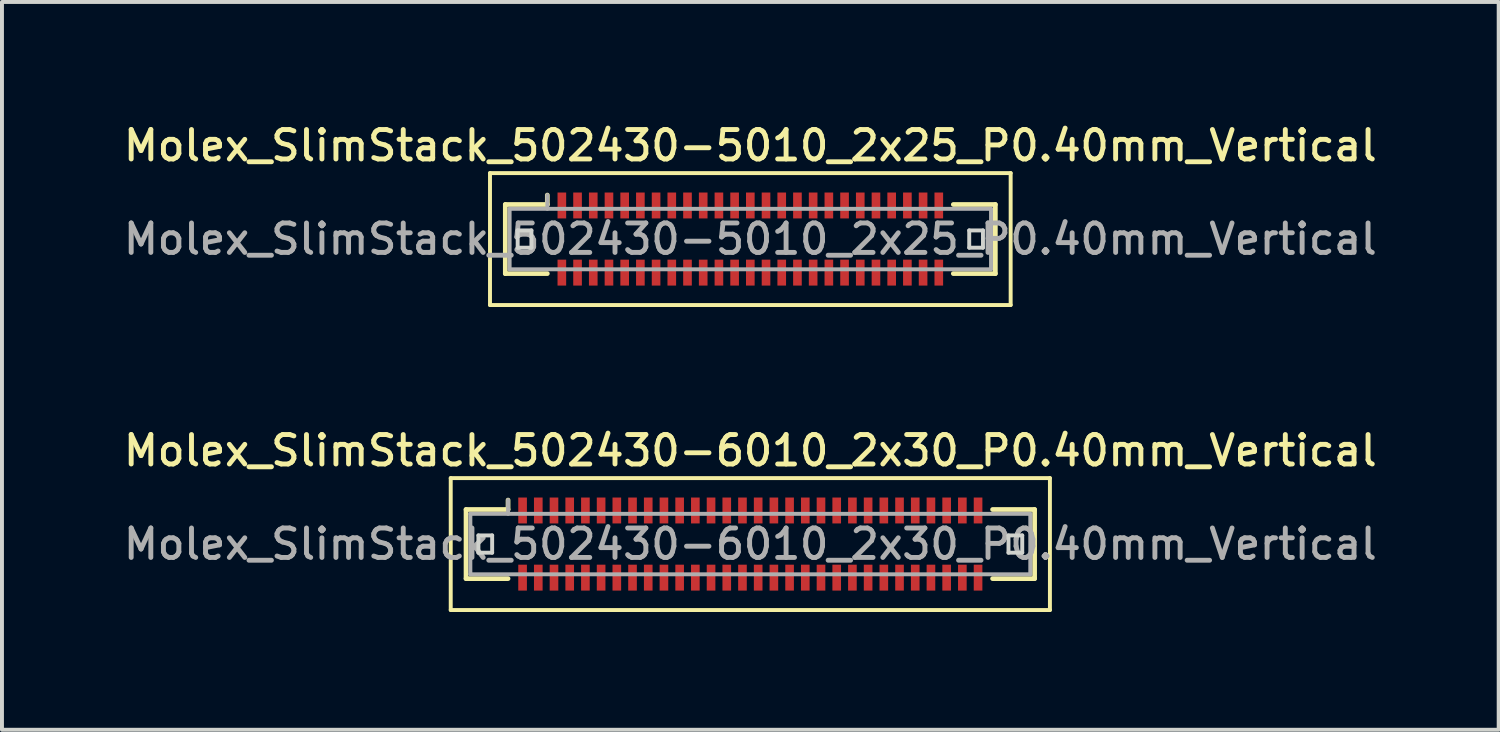
<source format=kicad_pcb>
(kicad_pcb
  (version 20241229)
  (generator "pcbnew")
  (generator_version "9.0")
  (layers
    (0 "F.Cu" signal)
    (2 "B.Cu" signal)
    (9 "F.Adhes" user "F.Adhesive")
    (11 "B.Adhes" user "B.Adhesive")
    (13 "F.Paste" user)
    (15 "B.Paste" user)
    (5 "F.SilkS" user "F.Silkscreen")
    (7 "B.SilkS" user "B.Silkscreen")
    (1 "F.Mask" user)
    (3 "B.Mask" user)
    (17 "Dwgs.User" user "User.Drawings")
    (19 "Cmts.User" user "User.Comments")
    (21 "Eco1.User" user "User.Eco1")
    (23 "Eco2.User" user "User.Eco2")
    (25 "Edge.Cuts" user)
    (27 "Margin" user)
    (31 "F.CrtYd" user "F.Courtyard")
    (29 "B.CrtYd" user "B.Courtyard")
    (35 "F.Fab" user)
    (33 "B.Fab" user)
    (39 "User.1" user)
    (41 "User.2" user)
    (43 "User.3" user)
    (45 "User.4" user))
  (footprint "Molex_SlimStack_502430-6010_2x30_P0.40mm_Vertical"
    (layer "F.Cu")
    (at 16.059 10.806)
    (property "Reference" "Molex_SlimStack_502430-6010_2x30_P0.40mm_Vertical" (at 0 -2.38 0) (layer "F.SilkS") (effects (font (size 0.75 0.75) (thickness 0.125))))
    (attr smd)
    (fp_line (start -7.63 -1.68) (end -7.63 1.68) (stroke (width 0.1) (type solid)) (layer "F.SilkS"))
    (fp_line (start -7.63 1.68) (end 7.63 1.68) (stroke (width 0.1) (type solid)) (layer "F.SilkS"))
    (fp_line (start -7.24 -0.88) (end -6.17 -0.88) (stroke (width 0.12) (type solid)) (layer "F.SilkS"))
    (fp_line (start -7.24 0.88) (end -7.24 -0.88) (stroke (width 0.12) (type solid)) (layer "F.SilkS"))
    (fp_line (start -6.17 -0.88) (end -6.17 -1.12) (stroke (width 0.12) (type solid)) (layer "F.SilkS"))
    (fp_line (start -6.17 0.88) (end -7.24 0.88) (stroke (width 0.12) (type solid)) (layer "F.SilkS"))
    (fp_line (start 6.17 0.88) (end 7.24 0.88) (stroke (width 0.12) (type solid)) (layer "F.SilkS"))
    (fp_line (start 7.24 -0.88) (end 6.17 -0.88) (stroke (width 0.12) (type solid)) (layer "F.SilkS"))
    (fp_line (start 7.24 0.88) (end 7.24 -0.88) (stroke (width 0.12) (type solid)) (layer "F.SilkS"))
    (fp_line (start 7.63 -1.68) (end -7.63 -1.68) (stroke (width 0.1) (type solid)) (layer "F.SilkS"))
    (fp_line (start 7.63 1.68) (end 7.63 -1.68) (stroke (width 0.1) (type solid)) (layer "F.SilkS"))
    (fp_line (start -6.925 -0.22) (end -6.925 0.22) (stroke (width 0.1) (type solid)) (layer "Edge.Cuts"))
    (fp_line (start -6.925 0.22) (end -6.575 0.22) (stroke (width 0.1) (type solid)) (layer "Edge.Cuts"))
    (fp_line (start -6.575 -0.22) (end -6.925 -0.22) (stroke (width 0.1) (type solid)) (layer "Edge.Cuts"))
    (fp_line (start -6.575 0.22) (end -6.575 -0.22) (stroke (width 0.1) (type solid)) (layer "Edge.Cuts"))
    (fp_line (start 6.575 -0.22) (end 6.575 0.22) (stroke (width 0.1) (type solid)) (layer "Edge.Cuts"))
    (fp_line (start 6.575 0.22) (end 6.925 0.22) (stroke (width 0.1) (type solid)) (layer "Edge.Cuts"))
    (fp_line (start 6.925 -0.22) (end 6.575 -0.22) (stroke (width 0.1) (type solid)) (layer "Edge.Cuts"))
    (fp_line (start 6.925 0.22) (end 6.925 -0.22) (stroke (width 0.1) (type solid)) (layer "Edge.Cuts"))
    (fp_line (start -7.13 -0.77) (end -7.13 0.77) (stroke (width 0.1) (type solid)) (layer "F.Fab"))
    (fp_line (start -7.13 0.77) (end 7.13 0.77) (stroke (width 0.1) (type solid)) (layer "F.Fab"))
    (fp_line (start -6.17 -0.77) (end -6.17 -1.12) (stroke (width 0.1) (type solid)) (layer "F.Fab"))
    (fp_line (start 7.13 -0.77) (end -7.13 -0.77) (stroke (width 0.1) (type solid)) (layer "F.Fab"))
    (fp_line (start 7.13 0.77) (end 7.13 -0.77) (stroke (width 0.1) (type solid)) (layer "F.Fab"))
    (fp_text user "${REFERENCE}" (at 0 0 0) (layer "F.Fab") (effects (font (size 0.75 0.75) (thickness 0.125))))
    (pad "1" smd rect (at -5.8 -0.855) (size 0.22 0.66) (layers "F.Cu" "F.Mask" "F.Paste"))
    (pad "2" smd rect (at -5.8 0.855) (size 0.22 0.66) (layers "F.Cu" "F.Mask" "F.Paste"))
    (pad "3" smd rect (at -5.4 -0.855) (size 0.22 0.66) (layers "F.Cu" "F.Mask" "F.Paste"))
    (pad "4" smd rect (at -5.4 0.855) (size 0.22 0.66) (layers "F.Cu" "F.Mask" "F.Paste"))
    (pad "5" smd rect (at -5 -0.855) (size 0.22 0.66) (layers "F.Cu" "F.Mask" "F.Paste"))
    (pad "6" smd rect (at -5 0.855) (size 0.22 0.66) (layers "F.Cu" "F.Mask" "F.Paste"))
    (pad "7" smd rect (at -4.6 -0.855) (size 0.22 0.66) (layers "F.Cu" "F.Mask" "F.Paste"))
    (pad "8" smd rect (at -4.6 0.855) (size 0.22 0.66) (layers "F.Cu" "F.Mask" "F.Paste"))
    (pad "9" smd rect (at -4.2 -0.855) (size 0.22 0.66) (layers "F.Cu" "F.Mask" "F.Paste"))
    (pad "10" smd rect (at -4.2 0.855) (size 0.22 0.66) (layers "F.Cu" "F.Mask" "F.Paste"))
    (pad "11" smd rect (at -3.8 -0.855) (size 0.22 0.66) (layers "F.Cu" "F.Mask" "F.Paste"))
    (pad "12" smd rect (at -3.8 0.855) (size 0.22 0.66) (layers "F.Cu" "F.Mask" "F.Paste"))
    (pad "13" smd rect (at -3.4 -0.855) (size 0.22 0.66) (layers "F.Cu" "F.Mask" "F.Paste"))
    (pad "14" smd rect (at -3.4 0.855) (size 0.22 0.66) (layers "F.Cu" "F.Mask" "F.Paste"))
    (pad "15" smd rect (at -3 -0.855) (size 0.22 0.66) (layers "F.Cu" "F.Mask" "F.Paste"))
    (pad "16" smd rect (at -3 0.855) (size 0.22 0.66) (layers "F.Cu" "F.Mask" "F.Paste"))
    (pad "17" smd rect (at -2.6 -0.855) (size 0.22 0.66) (layers "F.Cu" "F.Mask" "F.Paste"))
    (pad "18" smd rect (at -2.6 0.855) (size 0.22 0.66) (layers "F.Cu" "F.Mask" "F.Paste"))
    (pad "19" smd rect (at -2.2 -0.855) (size 0.22 0.66) (layers "F.Cu" "F.Mask" "F.Paste"))
    (pad "20" smd rect (at -2.2 0.855) (size 0.22 0.66) (layers "F.Cu" "F.Mask" "F.Paste"))
    (pad "21" smd rect (at -1.8 -0.855) (size 0.22 0.66) (layers "F.Cu" "F.Mask" "F.Paste"))
    (pad "22" smd rect (at -1.8 0.855) (size 0.22 0.66) (layers "F.Cu" "F.Mask" "F.Paste"))
    (pad "23" smd rect (at -1.4 -0.855) (size 0.22 0.66) (layers "F.Cu" "F.Mask" "F.Paste"))
    (pad "24" smd rect (at -1.4 0.855) (size 0.22 0.66) (layers "F.Cu" "F.Mask" "F.Paste"))
    (pad "25" smd rect (at -1 -0.855) (size 0.22 0.66) (layers "F.Cu" "F.Mask" "F.Paste"))
    (pad "26" smd rect (at -1 0.855) (size 0.22 0.66) (layers "F.Cu" "F.Mask" "F.Paste"))
    (pad "27" smd rect (at -0.6 -0.855) (size 0.22 0.66) (layers "F.Cu" "F.Mask" "F.Paste"))
    (pad "28" smd rect (at -0.6 0.855) (size 0.22 0.66) (layers "F.Cu" "F.Mask" "F.Paste"))
    (pad "29" smd rect (at -0.2 -0.855) (size 0.22 0.66) (layers "F.Cu" "F.Mask" "F.Paste"))
    (pad "30" smd rect (at -0.2 0.855) (size 0.22 0.66) (layers "F.Cu" "F.Mask" "F.Paste"))
    (pad "31" smd rect (at 0.2 -0.855) (size 0.22 0.66) (layers "F.Cu" "F.Mask" "F.Paste"))
    (pad "32" smd rect (at 0.2 0.855) (size 0.22 0.66) (layers "F.Cu" "F.Mask" "F.Paste"))
    (pad "33" smd rect (at 0.6 -0.855) (size 0.22 0.66) (layers "F.Cu" "F.Mask" "F.Paste"))
    (pad "34" smd rect (at 0.6 0.855) (size 0.22 0.66) (layers "F.Cu" "F.Mask" "F.Paste"))
    (pad "35" smd rect (at 1 -0.855) (size 0.22 0.66) (layers "F.Cu" "F.Mask" "F.Paste"))
    (pad "36" smd rect (at 1 0.855) (size 0.22 0.66) (layers "F.Cu" "F.Mask" "F.Paste"))
    (pad "37" smd rect (at 1.4 -0.855) (size 0.22 0.66) (layers "F.Cu" "F.Mask" "F.Paste"))
    (pad "38" smd rect (at 1.4 0.855) (size 0.22 0.66) (layers "F.Cu" "F.Mask" "F.Paste"))
    (pad "39" smd rect (at 1.8 -0.855) (size 0.22 0.66) (layers "F.Cu" "F.Mask" "F.Paste"))
    (pad "40" smd rect (at 1.8 0.855) (size 0.22 0.66) (layers "F.Cu" "F.Mask" "F.Paste"))
    (pad "41" smd rect (at 2.2 -0.855) (size 0.22 0.66) (layers "F.Cu" "F.Mask" "F.Paste"))
    (pad "42" smd rect (at 2.2 0.855) (size 0.22 0.66) (layers "F.Cu" "F.Mask" "F.Paste"))
    (pad "43" smd rect (at 2.6 -0.855) (size 0.22 0.66) (layers "F.Cu" "F.Mask" "F.Paste"))
    (pad "44" smd rect (at 2.6 0.855) (size 0.22 0.66) (layers "F.Cu" "F.Mask" "F.Paste"))
    (pad "45" smd rect (at 3 -0.855) (size 0.22 0.66) (layers "F.Cu" "F.Mask" "F.Paste"))
    (pad "46" smd rect (at 3 0.855) (size 0.22 0.66) (layers "F.Cu" "F.Mask" "F.Paste"))
    (pad "47" smd rect (at 3.4 -0.855) (size 0.22 0.66) (layers "F.Cu" "F.Mask" "F.Paste"))
    (pad "48" smd rect (at 3.4 0.855) (size 0.22 0.66) (layers "F.Cu" "F.Mask" "F.Paste"))
    (pad "49" smd rect (at 3.8 -0.855) (size 0.22 0.66) (layers "F.Cu" "F.Mask" "F.Paste"))
    (pad "50" smd rect (at 3.8 0.855) (size 0.22 0.66) (layers "F.Cu" "F.Mask" "F.Paste"))
    (pad "51" smd rect (at 4.2 -0.855) (size 0.22 0.66) (layers "F.Cu" "F.Mask" "F.Paste"))
    (pad "52" smd rect (at 4.2 0.855) (size 0.22 0.66) (layers "F.Cu" "F.Mask" "F.Paste"))
    (pad "53" smd rect (at 4.6 -0.855) (size 0.22 0.66) (layers "F.Cu" "F.Mask" "F.Paste"))
    (pad "54" smd rect (at 4.6 0.855) (size 0.22 0.66) (layers "F.Cu" "F.Mask" "F.Paste"))
    (pad "55" smd rect (at 5 -0.855) (size 0.22 0.66) (layers "F.Cu" "F.Mask" "F.Paste"))
    (pad "56" smd rect (at 5 0.855) (size 0.22 0.66) (layers "F.Cu" "F.Mask" "F.Paste"))
    (pad "57" smd rect (at 5.4 -0.855) (size 0.22 0.66) (layers "F.Cu" "F.Mask" "F.Paste"))
    (pad "58" smd rect (at 5.4 0.855) (size 0.22 0.66) (layers "F.Cu" "F.Mask" "F.Paste"))
    (pad "59" smd rect (at 5.8 -0.855) (size 0.22 0.66) (layers "F.Cu" "F.Mask" "F.Paste"))
    (pad "60" smd rect (at 5.8 0.855) (size 0.22 0.66) (layers "F.Cu" "F.Mask" "F.Paste")))
  (footprint "Molex_SlimStack_502430-5010_2x25_P0.40mm_Vertical"
    (layer "F.Cu")
    (at 16.059 3.038)
    (property "Reference" "Molex_SlimStack_502430-5010_2x25_P0.40mm_Vertical" (at 0 -2.38 0) (layer "F.SilkS") (effects (font (size 0.75 0.75) (thickness 0.125))))
    (attr smd)
    (fp_line (start -6.63 -1.68) (end -6.63 1.68) (stroke (width 0.1) (type solid)) (layer "F.SilkS"))
    (fp_line (start -6.63 1.68) (end 6.63 1.68) (stroke (width 0.1) (type solid)) (layer "F.SilkS"))
    (fp_line (start -6.24 -0.88) (end -5.17 -0.88) (stroke (width 0.12) (type solid)) (layer "F.SilkS"))
    (fp_line (start -6.24 0.88) (end -6.24 -0.88) (stroke (width 0.12) (type solid)) (layer "F.SilkS"))
    (fp_line (start -5.17 -0.88) (end -5.17 -1.12) (stroke (width 0.12) (type solid)) (layer "F.SilkS"))
    (fp_line (start -5.17 0.88) (end -6.24 0.88) (stroke (width 0.12) (type solid)) (layer "F.SilkS"))
    (fp_line (start 5.17 0.88) (end 6.24 0.88) (stroke (width 0.12) (type solid)) (layer "F.SilkS"))
    (fp_line (start 6.24 -0.88) (end 5.17 -0.88) (stroke (width 0.12) (type solid)) (layer "F.SilkS"))
    (fp_line (start 6.24 0.88) (end 6.24 -0.88) (stroke (width 0.12) (type solid)) (layer "F.SilkS"))
    (fp_line (start 6.63 -1.68) (end -6.63 -1.68) (stroke (width 0.1) (type solid)) (layer "F.SilkS"))
    (fp_line (start 6.63 1.68) (end 6.63 -1.68) (stroke (width 0.1) (type solid)) (layer "F.SilkS"))
    (fp_line (start -5.925 -0.22) (end -5.925 0.22) (stroke (width 0.1) (type solid)) (layer "Edge.Cuts"))
    (fp_line (start -5.925 0.22) (end -5.575 0.22) (stroke (width 0.1) (type solid)) (layer "Edge.Cuts"))
    (fp_line (start -5.575 -0.22) (end -5.925 -0.22) (stroke (width 0.1) (type solid)) (layer "Edge.Cuts"))
    (fp_line (start -5.575 0.22) (end -5.575 -0.22) (stroke (width 0.1) (type solid)) (layer "Edge.Cuts"))
    (fp_line (start 5.575 -0.22) (end 5.575 0.22) (stroke (width 0.1) (type solid)) (layer "Edge.Cuts"))
    (fp_line (start 5.575 0.22) (end 5.925 0.22) (stroke (width 0.1) (type solid)) (layer "Edge.Cuts"))
    (fp_line (start 5.925 -0.22) (end 5.575 -0.22) (stroke (width 0.1) (type solid)) (layer "Edge.Cuts"))
    (fp_line (start 5.925 0.22) (end 5.925 -0.22) (stroke (width 0.1) (type solid)) (layer "Edge.Cuts"))
    (fp_line (start -6.13 -0.77) (end -6.13 0.77) (stroke (width 0.1) (type solid)) (layer "F.Fab"))
    (fp_line (start -6.13 0.77) (end 6.13 0.77) (stroke (width 0.1) (type solid)) (layer "F.Fab"))
    (fp_line (start -5.17 -0.77) (end -5.17 -1.12) (stroke (width 0.1) (type solid)) (layer "F.Fab"))
    (fp_line (start 6.13 -0.77) (end -6.13 -0.77) (stroke (width 0.1) (type solid)) (layer "F.Fab"))
    (fp_line (start 6.13 0.77) (end 6.13 -0.77) (stroke (width 0.1) (type solid)) (layer "F.Fab"))
    (fp_text user "${REFERENCE}" (at 0 0 0) (layer "F.Fab") (effects (font (size 0.75 0.75) (thickness 0.125))))
    (pad "1" smd rect (at -4.8 -0.855) (size 0.22 0.66) (layers "F.Cu" "F.Mask" "F.Paste"))
    (pad "2" smd rect (at -4.8 0.855) (size 0.22 0.66) (layers "F.Cu" "F.Mask" "F.Paste"))
    (pad "3" smd rect (at -4.4 -0.855) (size 0.22 0.66) (layers "F.Cu" "F.Mask" "F.Paste"))
    (pad "4" smd rect (at -4.4 0.855) (size 0.22 0.66) (layers "F.Cu" "F.Mask" "F.Paste"))
    (pad "5" smd rect (at -4 -0.855) (size 0.22 0.66) (layers "F.Cu" "F.Mask" "F.Paste"))
    (pad "6" smd rect (at -4 0.855) (size 0.22 0.66) (layers "F.Cu" "F.Mask" "F.Paste"))
    (pad "7" smd rect (at -3.6 -0.855) (size 0.22 0.66) (layers "F.Cu" "F.Mask" "F.Paste"))
    (pad "8" smd rect (at -3.6 0.855) (size 0.22 0.66) (layers "F.Cu" "F.Mask" "F.Paste"))
    (pad "9" smd rect (at -3.2 -0.855) (size 0.22 0.66) (layers "F.Cu" "F.Mask" "F.Paste"))
    (pad "10" smd rect (at -3.2 0.855) (size 0.22 0.66) (layers "F.Cu" "F.Mask" "F.Paste"))
    (pad "11" smd rect (at -2.8 -0.855) (size 0.22 0.66) (layers "F.Cu" "F.Mask" "F.Paste"))
    (pad "12" smd rect (at -2.8 0.855) (size 0.22 0.66) (layers "F.Cu" "F.Mask" "F.Paste"))
    (pad "13" smd rect (at -2.4 -0.855) (size 0.22 0.66) (layers "F.Cu" "F.Mask" "F.Paste"))
    (pad "14" smd rect (at -2.4 0.855) (size 0.22 0.66) (layers "F.Cu" "F.Mask" "F.Paste"))
    (pad "15" smd rect (at -2 -0.855) (size 0.22 0.66) (layers "F.Cu" "F.Mask" "F.Paste"))
    (pad "16" smd rect (at -2 0.855) (size 0.22 0.66) (layers "F.Cu" "F.Mask" "F.Paste"))
    (pad "17" smd rect (at -1.6 -0.855) (size 0.22 0.66) (layers "F.Cu" "F.Mask" "F.Paste"))
    (pad "18" smd rect (at -1.6 0.855) (size 0.22 0.66) (layers "F.Cu" "F.Mask" "F.Paste"))
    (pad "19" smd rect (at -1.2 -0.855) (size 0.22 0.66) (layers "F.Cu" "F.Mask" "F.Paste"))
    (pad "20" smd rect (at -1.2 0.855) (size 0.22 0.66) (layers "F.Cu" "F.Mask" "F.Paste"))
    (pad "21" smd rect (at -0.8 -0.855) (size 0.22 0.66) (layers "F.Cu" "F.Mask" "F.Paste"))
    (pad "22" smd rect (at -0.8 0.855) (size 0.22 0.66) (layers "F.Cu" "F.Mask" "F.Paste"))
    (pad "23" smd rect (at -0.4 -0.855) (size 0.22 0.66) (layers "F.Cu" "F.Mask" "F.Paste"))
    (pad "24" smd rect (at -0.4 0.855) (size 0.22 0.66) (layers "F.Cu" "F.Mask" "F.Paste"))
    (pad "25" smd rect (at 0 -0.855) (size 0.22 0.66) (layers "F.Cu" "F.Mask" "F.Paste"))
    (pad "26" smd rect (at 0 0.855) (size 0.22 0.66) (layers "F.Cu" "F.Mask" "F.Paste"))
    (pad "27" smd rect (at 0.4 -0.855) (size 0.22 0.66) (layers "F.Cu" "F.Mask" "F.Paste"))
    (pad "28" smd rect (at 0.4 0.855) (size 0.22 0.66) (layers "F.Cu" "F.Mask" "F.Paste"))
    (pad "29" smd rect (at 0.8 -0.855) (size 0.22 0.66) (layers "F.Cu" "F.Mask" "F.Paste"))
    (pad "30" smd rect (at 0.8 0.855) (size 0.22 0.66) (layers "F.Cu" "F.Mask" "F.Paste"))
    (pad "31" smd rect (at 1.2 -0.855) (size 0.22 0.66) (layers "F.Cu" "F.Mask" "F.Paste"))
    (pad "32" smd rect (at 1.2 0.855) (size 0.22 0.66) (layers "F.Cu" "F.Mask" "F.Paste"))
    (pad "33" smd rect (at 1.6 -0.855) (size 0.22 0.66) (layers "F.Cu" "F.Mask" "F.Paste"))
    (pad "34" smd rect (at 1.6 0.855) (size 0.22 0.66) (layers "F.Cu" "F.Mask" "F.Paste"))
    (pad "35" smd rect (at 2 -0.855) (size 0.22 0.66) (layers "F.Cu" "F.Mask" "F.Paste"))
    (pad "36" smd rect (at 2 0.855) (size 0.22 0.66) (layers "F.Cu" "F.Mask" "F.Paste"))
    (pad "37" smd rect (at 2.4 -0.855) (size 0.22 0.66) (layers "F.Cu" "F.Mask" "F.Paste"))
    (pad "38" smd rect (at 2.4 0.855) (size 0.22 0.66) (layers "F.Cu" "F.Mask" "F.Paste"))
    (pad "39" smd rect (at 2.8 -0.855) (size 0.22 0.66) (layers "F.Cu" "F.Mask" "F.Paste"))
    (pad "40" smd rect (at 2.8 0.855) (size 0.22 0.66) (layers "F.Cu" "F.Mask" "F.Paste"))
    (pad "41" smd rect (at 3.2 -0.855) (size 0.22 0.66) (layers "F.Cu" "F.Mask" "F.Paste"))
    (pad "42" smd rect (at 3.2 0.855) (size 0.22 0.66) (layers "F.Cu" "F.Mask" "F.Paste"))
    (pad "43" smd rect (at 3.6 -0.855) (size 0.22 0.66) (layers "F.Cu" "F.Mask" "F.Paste"))
    (pad "44" smd rect (at 3.6 0.855) (size 0.22 0.66) (layers "F.Cu" "F.Mask" "F.Paste"))
    (pad "45" smd rect (at 4 -0.855) (size 0.22 0.66) (layers "F.Cu" "F.Mask" "F.Paste"))
    (pad "46" smd rect (at 4 0.855) (size 0.22 0.66) (layers "F.Cu" "F.Mask" "F.Paste"))
    (pad "47" smd rect (at 4.4 -0.855) (size 0.22 0.66) (layers "F.Cu" "F.Mask" "F.Paste"))
    (pad "48" smd rect (at 4.4 0.855) (size 0.22 0.66) (layers "F.Cu" "F.Mask" "F.Paste"))
    (pad "49" smd rect (at 4.8 -0.855) (size 0.22 0.66) (layers "F.Cu" "F.Mask" "F.Paste"))
    (pad "50" smd rect (at 4.8 0.855) (size 0.22 0.66) (layers "F.Cu" "F.Mask" "F.Paste")))
  (gr_rect
    (start -3 -3)
    (end 35.118 15.536)
    (stroke (width 0.1) (type default))
    (fill no)
    (layer "Edge.Cuts")))
</source>
